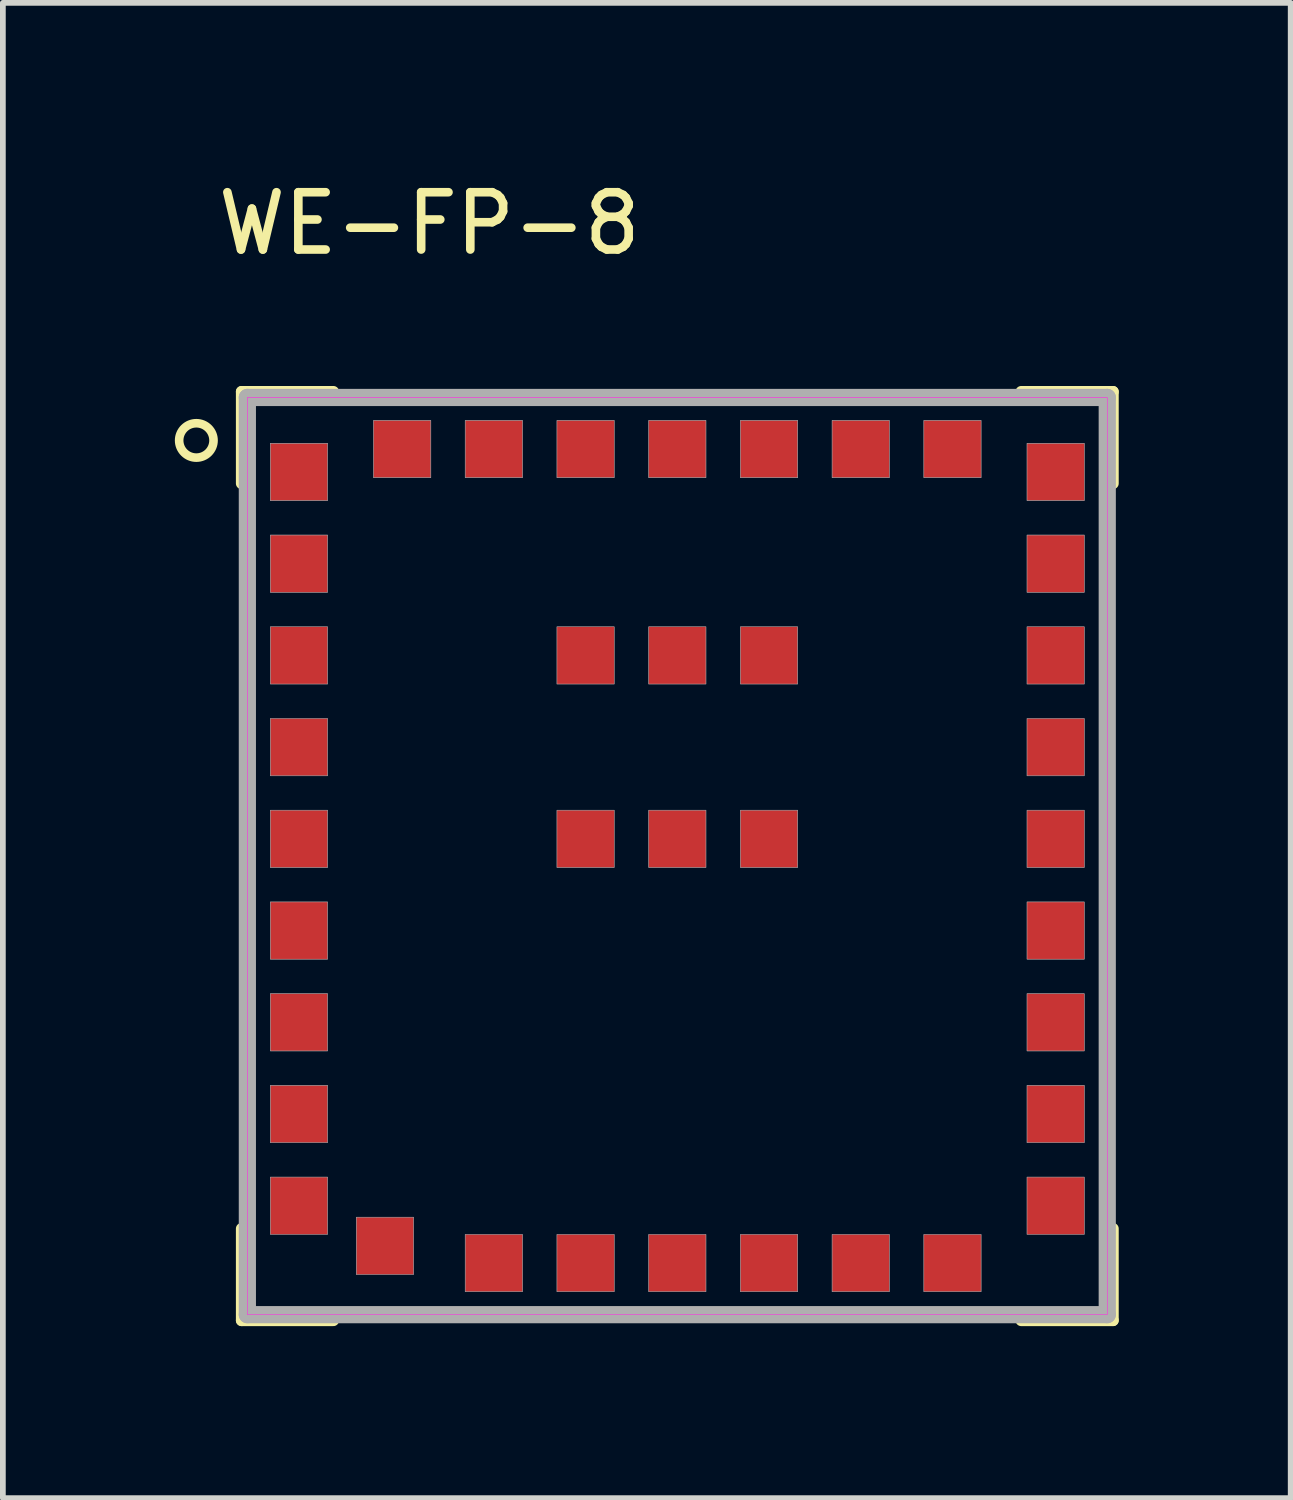
<source format=kicad_pcb>
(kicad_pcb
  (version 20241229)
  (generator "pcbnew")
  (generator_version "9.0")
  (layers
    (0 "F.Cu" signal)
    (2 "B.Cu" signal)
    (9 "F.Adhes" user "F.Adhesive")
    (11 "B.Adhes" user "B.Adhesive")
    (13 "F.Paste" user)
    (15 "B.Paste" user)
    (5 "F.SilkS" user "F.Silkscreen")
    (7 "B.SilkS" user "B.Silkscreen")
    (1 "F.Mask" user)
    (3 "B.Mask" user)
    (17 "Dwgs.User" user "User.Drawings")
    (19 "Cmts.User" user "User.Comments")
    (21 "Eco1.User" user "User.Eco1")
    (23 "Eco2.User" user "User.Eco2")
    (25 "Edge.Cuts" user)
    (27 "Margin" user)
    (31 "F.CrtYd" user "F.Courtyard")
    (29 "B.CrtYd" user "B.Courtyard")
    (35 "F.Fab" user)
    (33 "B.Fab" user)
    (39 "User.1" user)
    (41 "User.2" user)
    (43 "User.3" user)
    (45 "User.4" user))
  (footprint "WE-FP-8"
    (layer "F.Cu")
    (at 8.765 11.883)
    (property "Reference" "WE-FP-8" (at -4.325 -11.035 0) (layer "F.SilkS") (effects (font (size 1 1) (thickness 0.15))))
    (attr smd)
    (fp_line (start -7.6 -8.1) (end -7.6 -6.5) (stroke (width 0.2) (type solid)) (layer "F.SilkS"))
    (fp_line (start -7.6 8.1) (end -7.6 6.5) (stroke (width 0.2) (type solid)) (layer "F.SilkS"))
    (fp_line (start -6 -8.1) (end -7.6 -8.1) (stroke (width 0.2) (type solid)) (layer "F.SilkS"))
    (fp_line (start -6 8.1) (end -7.6 8.1) (stroke (width 0.2) (type solid)) (layer "F.SilkS"))
    (fp_line (start 7.6 -8.1) (end 6 -8.1) (stroke (width 0.2) (type solid)) (layer "F.SilkS"))
    (fp_line (start 7.6 -6.5) (end 7.6 -8.1) (stroke (width 0.2) (type solid)) (layer "F.SilkS"))
    (fp_line (start 7.6 6.5) (end 7.6 8.1) (stroke (width 0.2) (type solid)) (layer "F.SilkS"))
    (fp_line (start 7.6 8.1) (end 6 8.1) (stroke (width 0.2) (type solid)) (layer "F.SilkS"))
    (fp_circle (center -8.39 -7.25) (end -8.09 -7.25) (stroke (width 0.15) (type solid)) (fill no) (layer "F.SilkS"))
    (fp_poly (pts (xy 7.5 8) (xy -7.5 8) (xy -7.5 -8) (xy 7.5 -8)) (stroke (width 0.01) (type solid)) (fill no) (layer "F.CrtYd"))
    (fp_line (start -7.5 -8) (end -7.5 8) (stroke (width 0.3) (type solid)) (layer "F.Fab"))
    (fp_line (start -7.5 8) (end 7.5 8) (stroke (width 0.3) (type solid)) (layer "F.Fab"))
    (fp_line (start 7.5 -8) (end -7.5 -8) (stroke (width 0.3) (type solid)) (layer "F.Fab"))
    (fp_line (start 7.5 8) (end 7.5 -8) (stroke (width 0.3) (type solid)) (layer "F.Fab"))
    (fp_poly (pts (xy -7.1 -7.2) (xy -6.1 -7.2) (xy -6.1 -6.2) (xy -7.1 -6.2)) (stroke (width 0.01) (type solid)) (fill no) (layer "F.Fab"))
    (fp_poly (pts (xy -7.1 -5.6) (xy -6.1 -5.6) (xy -6.1 -4.6) (xy -7.1 -4.6)) (stroke (width 0.01) (type solid)) (fill no) (layer "F.Fab"))
    (fp_poly (pts (xy -7.1 -4) (xy -6.1 -4) (xy -6.1 -3) (xy -7.1 -3)) (stroke (width 0.01) (type solid)) (fill no) (layer "F.Fab"))
    (fp_poly (pts (xy -7.1 -2.4) (xy -6.1 -2.4) (xy -6.1 -1.4) (xy -7.1 -1.4)) (stroke (width 0.01) (type solid)) (fill no) (layer "F.Fab"))
    (fp_poly (pts (xy -7.1 -0.8) (xy -6.1 -0.8) (xy -6.1 0.2) (xy -7.1 0.2)) (stroke (width 0.01) (type solid)) (fill no) (layer "F.Fab"))
    (fp_poly (pts (xy -7.1 0.8) (xy -6.1 0.8) (xy -6.1 1.8) (xy -7.1 1.8)) (stroke (width 0.01) (type solid)) (fill no) (layer "F.Fab"))
    (fp_poly (pts (xy -7.1 2.4) (xy -6.1 2.4) (xy -6.1 3.4) (xy -7.1 3.4)) (stroke (width 0.01) (type solid)) (fill no) (layer "F.Fab"))
    (fp_poly (pts (xy -7.1 4) (xy -6.1 4) (xy -6.1 5) (xy -7.1 5)) (stroke (width 0.01) (type solid)) (fill no) (layer "F.Fab"))
    (fp_poly (pts (xy -7.1 5.6) (xy -6.1 5.6) (xy -6.1 6.6) (xy -7.1 6.6)) (stroke (width 0.01) (type solid)) (fill no) (layer "F.Fab"))
    (fp_poly (pts (xy -5.6 6.3) (xy -4.6 6.3) (xy -4.6 7.3) (xy -5.6 7.3)) (stroke (width 0.01) (type solid)) (fill no) (layer "F.Fab"))
    (fp_poly (pts (xy -5.3 -7.6) (xy -4.3 -7.6) (xy -4.3 -6.6) (xy -5.3 -6.6)) (stroke (width 0.01) (type solid)) (fill no) (layer "F.Fab"))
    (fp_poly (pts (xy -3.7 -7.6) (xy -2.7 -7.6) (xy -2.7 -6.6) (xy -3.7 -6.6)) (stroke (width 0.01) (type solid)) (fill no) (layer "F.Fab"))
    (fp_poly (pts (xy -3.7 6.6) (xy -2.7 6.6) (xy -2.7 7.6) (xy -3.7 7.6)) (stroke (width 0.01) (type solid)) (fill no) (layer "F.Fab"))
    (fp_poly (pts (xy -2.1 -7.6) (xy -1.1 -7.6) (xy -1.1 -6.6) (xy -2.1 -6.6)) (stroke (width 0.01) (type solid)) (fill no) (layer "F.Fab"))
    (fp_poly (pts (xy -2.1 -4) (xy -1.1 -4) (xy -1.1 -3) (xy -2.1 -3)) (stroke (width 0.01) (type solid)) (fill no) (layer "F.Fab"))
    (fp_poly (pts (xy -2.1 -0.8) (xy -1.1 -0.8) (xy -1.1 0.2) (xy -2.1 0.2)) (stroke (width 0.01) (type solid)) (fill no) (layer "F.Fab"))
    (fp_poly (pts (xy -2.1 6.6) (xy -1.1 6.6) (xy -1.1 7.6) (xy -2.1 7.6)) (stroke (width 0.01) (type solid)) (fill no) (layer "F.Fab"))
    (fp_poly (pts (xy -0.5 -7.6) (xy 0.5 -7.6) (xy 0.5 -6.6) (xy -0.5 -6.6)) (stroke (width 0.01) (type solid)) (fill no) (layer "F.Fab"))
    (fp_poly (pts (xy -0.5 -4) (xy 0.5 -4) (xy 0.5 -3) (xy -0.5 -3)) (stroke (width 0.01) (type solid)) (fill no) (layer "F.Fab"))
    (fp_poly (pts (xy -0.5 -0.8) (xy 0.5 -0.8) (xy 0.5 0.2) (xy -0.5 0.2)) (stroke (width 0.01) (type solid)) (fill no) (layer "F.Fab"))
    (fp_poly (pts (xy -0.5 6.6) (xy 0.5 6.6) (xy 0.5 7.6) (xy -0.5 7.6)) (stroke (width 0.01) (type solid)) (fill no) (layer "F.Fab"))
    (fp_poly (pts (xy 1.1 -7.6) (xy 2.1 -7.6) (xy 2.1 -6.6) (xy 1.1 -6.6)) (stroke (width 0.01) (type solid)) (fill no) (layer "F.Fab"))
    (fp_poly (pts (xy 1.1 -4) (xy 2.1 -4) (xy 2.1 -3) (xy 1.1 -3)) (stroke (width 0.01) (type solid)) (fill no) (layer "F.Fab"))
    (fp_poly (pts (xy 1.1 -0.8) (xy 2.1 -0.8) (xy 2.1 0.2) (xy 1.1 0.2)) (stroke (width 0.01) (type solid)) (fill no) (layer "F.Fab"))
    (fp_poly (pts (xy 1.1 6.6) (xy 2.1 6.6) (xy 2.1 7.6) (xy 1.1 7.6)) (stroke (width 0.01) (type solid)) (fill no) (layer "F.Fab"))
    (fp_poly (pts (xy 2.7 -7.6) (xy 3.7 -7.6) (xy 3.7 -6.6) (xy 2.7 -6.6)) (stroke (width 0.01) (type solid)) (fill no) (layer "F.Fab"))
    (fp_poly (pts (xy 2.7 6.6) (xy 3.7 6.6) (xy 3.7 7.6) (xy 2.7 7.6)) (stroke (width 0.01) (type solid)) (fill no) (layer "F.Fab"))
    (fp_poly (pts (xy 4.3 -7.6) (xy 5.3 -7.6) (xy 5.3 -6.6) (xy 4.3 -6.6)) (stroke (width 0.01) (type solid)) (fill no) (layer "F.Fab"))
    (fp_poly (pts (xy 4.3 6.6) (xy 5.3 6.6) (xy 5.3 7.6) (xy 4.3 7.6)) (stroke (width 0.01) (type solid)) (fill no) (layer "F.Fab"))
    (fp_poly (pts (xy 6.1 -7.2) (xy 7.1 -7.2) (xy 7.1 -6.2) (xy 6.1 -6.2)) (stroke (width 0.01) (type solid)) (fill no) (layer "F.Fab"))
    (fp_poly (pts (xy 6.1 -5.6) (xy 7.1 -5.6) (xy 7.1 -4.6) (xy 6.1 -4.6)) (stroke (width 0.01) (type solid)) (fill no) (layer "F.Fab"))
    (fp_poly (pts (xy 6.1 -4) (xy 7.1 -4) (xy 7.1 -3) (xy 6.1 -3)) (stroke (width 0.01) (type solid)) (fill no) (layer "F.Fab"))
    (fp_poly (pts (xy 6.1 -2.4) (xy 7.1 -2.4) (xy 7.1 -1.4) (xy 6.1 -1.4)) (stroke (width 0.01) (type solid)) (fill no) (layer "F.Fab"))
    (fp_poly (pts (xy 6.1 -0.8) (xy 7.1 -0.8) (xy 7.1 0.2) (xy 6.1 0.2)) (stroke (width 0.01) (type solid)) (fill no) (layer "F.Fab"))
    (fp_poly (pts (xy 6.1 0.8) (xy 7.1 0.8) (xy 7.1 1.8) (xy 6.1 1.8)) (stroke (width 0.01) (type solid)) (fill no) (layer "F.Fab"))
    (fp_poly (pts (xy 6.1 2.4) (xy 7.1 2.4) (xy 7.1 3.4) (xy 6.1 3.4)) (stroke (width 0.01) (type solid)) (fill no) (layer "F.Fab"))
    (fp_poly (pts (xy 6.1 4) (xy 7.1 4) (xy 7.1 5) (xy 6.1 5)) (stroke (width 0.01) (type solid)) (fill no) (layer "F.Fab"))
    (fp_poly (pts (xy 6.1 5.6) (xy 7.1 5.6) (xy 7.1 6.6) (xy 6.1 6.6)) (stroke (width 0.01) (type solid)) (fill no) (layer "F.Fab"))
    (pad "1" smd rect (at -6.6 -6.7) (size 1 1) (layers "F.Cu" "F.Mask" "F.Paste"))
    (pad "2" smd rect (at -6.6 -5.1) (size 1 1) (layers "F.Cu" "F.Mask" "F.Paste"))
    (pad "3" smd rect (at -6.6 -3.5) (size 1 1) (layers "F.Cu" "F.Mask" "F.Paste"))
    (pad "4" smd rect (at -6.6 -1.9) (size 1 1) (layers "F.Cu" "F.Mask" "F.Paste"))
    (pad "5" smd rect (at -6.6 -0.3) (size 1 1) (layers "F.Cu" "F.Mask" "F.Paste"))
    (pad "6" smd rect (at -6.6 1.3) (size 1 1) (layers "F.Cu" "F.Mask" "F.Paste"))
    (pad "7" smd rect (at -6.6 2.9) (size 1 1) (layers "F.Cu" "F.Mask" "F.Paste"))
    (pad "8" smd rect (at -6.6 4.5) (size 1 1) (layers "F.Cu" "F.Mask" "F.Paste"))
    (pad "9" smd rect (at -6.6 6.1) (size 1 1) (layers "F.Cu" "F.Mask" "F.Paste"))
    (pad "10" smd rect (at -5.1 6.8) (size 1 1) (layers "F.Cu" "F.Mask" "F.Paste"))
    (pad "11" smd rect (at -3.2 7.1) (size 1 1) (layers "F.Cu" "F.Mask" "F.Paste"))
    (pad "12" smd rect (at -1.6 7.1) (size 1 1) (layers "F.Cu" "F.Mask" "F.Paste"))
    (pad "13" smd rect (at 0 7.1) (size 1 1) (layers "F.Cu" "F.Mask" "F.Paste"))
    (pad "14" smd rect (at 1.6 7.1) (size 1 1) (layers "F.Cu" "F.Mask" "F.Paste"))
    (pad "15" smd rect (at 3.2 7.1) (size 1 1) (layers "F.Cu" "F.Mask" "F.Paste"))
    (pad "16" smd rect (at 4.8 7.1) (size 1 1) (layers "F.Cu" "F.Mask" "F.Paste"))
    (pad "17" smd rect (at 6.6 6.1) (size 1 1) (layers "F.Cu" "F.Mask" "F.Paste"))
    (pad "18" smd rect (at 6.6 4.5) (size 1 1) (layers "F.Cu" "F.Mask" "F.Paste"))
    (pad "19" smd rect (at 6.6 2.9) (size 1 1) (layers "F.Cu" "F.Mask" "F.Paste"))
    (pad "20" smd rect (at 6.6 1.3) (size 1 1) (layers "F.Cu" "F.Mask" "F.Paste"))
    (pad "21" smd rect (at 6.6 -0.3) (size 1 1) (layers "F.Cu" "F.Mask" "F.Paste"))
    (pad "22" smd rect (at 6.6 -1.9) (size 1 1) (layers "F.Cu" "F.Mask" "F.Paste"))
    (pad "23" smd rect (at 6.6 -3.5) (size 1 1) (layers "F.Cu" "F.Mask" "F.Paste"))
    (pad "24" smd rect (at 6.6 -5.1) (size 1 1) (layers "F.Cu" "F.Mask" "F.Paste"))
    (pad "25" smd rect (at 6.6 -6.7) (size 1 1) (layers "F.Cu" "F.Mask" "F.Paste"))
    (pad "26" smd rect (at 4.8 -7.1) (size 1 1) (layers "F.Cu" "F.Mask" "F.Paste"))
    (pad "27" smd rect (at 3.2 -7.1) (size 1 1) (layers "F.Cu" "F.Mask" "F.Paste"))
    (pad "28" smd rect (at 1.6 -7.1) (size 1 1) (layers "F.Cu" "F.Mask" "F.Paste"))
    (pad "29" smd rect (at 0 -7.1) (size 1 1) (layers "F.Cu" "F.Mask" "F.Paste"))
    (pad "30" smd rect (at -1.6 -7.1) (size 1 1) (layers "F.Cu" "F.Mask" "F.Paste"))
    (pad "31" smd rect (at -3.2 -7.1) (size 1 1) (layers "F.Cu" "F.Mask" "F.Paste"))
    (pad "32" smd rect (at -4.8 -7.1) (size 1 1) (layers "F.Cu" "F.Mask" "F.Paste"))
    (pad "B1" smd rect (at -1.6 -3.5) (size 1 1) (layers "F.Cu" "F.Mask" "F.Paste"))
    (pad "B2" smd rect (at -1.6 -0.3) (size 1 1) (layers "F.Cu" "F.Mask" "F.Paste"))
    (pad "B3" smd rect (at 0 -0.3) (size 1 1) (layers "F.Cu" "F.Mask" "F.Paste"))
    (pad "B4" smd rect (at 1.6 -0.3) (size 1 1) (layers "F.Cu" "F.Mask" "F.Paste"))
    (pad "B5" smd rect (at 1.6 -3.5) (size 1 1) (layers "F.Cu" "F.Mask" "F.Paste"))
    (pad "B6" smd rect (at 0 -3.5) (size 1 1) (layers "F.Cu" "F.Mask" "F.Paste"))
    (zone (net_name "") (layer "F.Cu") (hatch full 0.508) (connect_pads) (min_thickness 0.01) (filled_areas_thickness no) (keepout (tracks not_allowed) (vias not_allowed) (pads not_allowed) (copperpour not_allowed) (footprints allowed)) (placement (enabled no)) (fill) (polygon (pts (xy 1.265 4.583) (xy 1.265 3.883) (xy 3.365 3.883) (xy 3.365 4.583))))
    (zone (net_name "") (layer "F.Cu") (hatch full 0.508) (connect_pads) (min_thickness 0.01) (filled_areas_thickness no) (keepout (tracks not_allowed) (vias not_allowed) (pads not_allowed) (copperpour not_allowed) (footprints allowed)) (placement (enabled no)) (fill) (polygon (pts (xy 1.265 6.183) (xy 1.265 5.783) (xy 2.765 5.783) (xy 2.765 6.183))))
    (zone (net_name "") (layer "F.Cu") (hatch full 0.508) (connect_pads) (min_thickness 0.01) (filled_areas_thickness no) (keepout (tracks not_allowed) (vias not_allowed) (pads not_allowed) (copperpour not_allowed) (footprints allowed)) (placement (enabled no)) (fill) (polygon (pts (xy 1.265 7.783) (xy 1.265 7.383) (xy 2.765 7.383) (xy 2.765 7.783))))
    (zone (net_name "") (layer "F.Cu") (hatch full 0.508) (connect_pads) (min_thickness 0.01) (filled_areas_thickness no) (keepout (tracks not_allowed) (vias not_allowed) (pads not_allowed) (copperpour not_allowed) (footprints allowed)) (placement (enabled no)) (fill) (polygon (pts (xy 1.265 9.383) (xy 1.265 8.983) (xy 2.765 8.983) (xy 2.765 9.383))))
    (zone (net_name "") (layer "F.Cu") (hatch full 0.508) (connect_pads) (min_thickness 0.01) (filled_areas_thickness no) (keepout (tracks not_allowed) (vias not_allowed) (pads not_allowed) (copperpour not_allowed) (footprints allowed)) (placement (enabled no)) (fill) (polygon (pts (xy 1.265 10.983) (xy 1.265 10.583) (xy 2.765 10.583) (xy 2.765 10.983))))
    (zone (net_name "") (layer "F.Cu") (hatch full 0.508) (connect_pads) (min_thickness 0.01) (filled_areas_thickness no) (keepout (tracks not_allowed) (vias not_allowed) (pads not_allowed) (copperpour not_allowed) (footprints allowed)) (placement (enabled no)) (fill) (polygon (pts (xy 1.265 12.583) (xy 1.265 12.183) (xy 2.765 12.183) (xy 2.765 12.583))))
    (zone (net_name "") (layer "F.Cu") (hatch full 0.508) (connect_pads) (min_thickness 0.01) (filled_areas_thickness no) (keepout (tracks not_allowed) (vias not_allowed) (pads not_allowed) (copperpour not_allowed) (footprints allowed)) (placement (enabled no)) (fill) (polygon (pts (xy 1.265 14.183) (xy 1.265 13.783) (xy 2.765 13.783) (xy 2.765 14.183))))
    (zone (net_name "") (layer "F.Cu") (hatch full 0.508) (connect_pads) (min_thickness 0.01) (filled_areas_thickness no) (keepout (tracks not_allowed) (vias not_allowed) (pads not_allowed) (copperpour not_allowed) (footprints allowed)) (placement (enabled no)) (fill) (polygon (pts (xy 1.265 15.783) (xy 1.265 15.383) (xy 2.765 15.383) (xy 2.765 15.783))))
    (zone (net_name "") (layer "F.Cu") (hatch full 0.508) (connect_pads) (min_thickness 0.01) (filled_areas_thickness no) (keepout (tracks not_allowed) (vias not_allowed) (pads not_allowed) (copperpour not_allowed) (footprints allowed)) (placement (enabled no)) (fill) (polygon (pts (xy 2.765 4.583) (xy 3.365 4.583) (xy 3.365 18.083) (xy 2.765 18.083))))
    (zone (net_name "") (layer "F.Cu") (hatch full 0.508) (connect_pads) (min_thickness 0.01) (filled_areas_thickness no) (keepout (tracks not_allowed) (vias not_allowed) (pads not_allowed) (copperpour not_allowed) (footprints allowed)) (placement (enabled no)) (fill) (polygon (pts (xy 3.365 5.683) (xy 3.365 5.383) (xy 14.165 5.383) (xy 14.165 5.683))))
    (zone (net_name "") (layer "F.Cu") (hatch full 0.508) (connect_pads) (min_thickness 0.01) (filled_areas_thickness no) (keepout (tracks not_allowed) (vias not_allowed) (pads not_allowed) (copperpour not_allowed) (footprints allowed)) (placement (enabled no)) (fill) (polygon (pts (xy 3.365 18.083) (xy 3.365 17.783) (xy 4.265 17.783) (xy 4.265 18.083))))
    (zone (net_name "") (layer "F.Cu") (hatch full 0.508) (connect_pads) (min_thickness 0.01) (filled_areas_thickness no) (keepout (tracks not_allowed) (vias not_allowed) (pads not_allowed) (copperpour not_allowed) (footprints allowed)) (placement (enabled no)) (fill) (polygon (pts (xy 4.265 18.383) (xy 4.265 18.083) (xy 14.165 18.083) (xy 14.165 18.383))))
    (zone (net_name "") (layer "F.Cu") (hatch full 0.508) (connect_pads) (min_thickness 0.01) (filled_areas_thickness no) (keepout (tracks not_allowed) (vias not_allowed) (pads not_allowed) (copperpour not_allowed) (footprints allowed)) (placement (enabled no)) (fill) (polygon (pts (xy 4.965 3.883) (xy 4.965 5.383) (xy 4.565 5.383) (xy 4.565 3.883))))
    (zone (net_name "") (layer "F.Cu") (hatch full 0.508) (connect_pads) (min_thickness 0.01) (filled_areas_thickness no) (keepout (tracks not_allowed) (vias not_allowed) (pads not_allowed) (copperpour not_allowed) (footprints allowed)) (placement (enabled no)) (fill) (polygon (pts (xy 6.565 3.883) (xy 6.565 5.383) (xy 6.165 5.383) (xy 6.165 3.883))))
    (zone (net_name "") (layer "F.Cu") (hatch full 0.508) (connect_pads) (min_thickness 0.01) (filled_areas_thickness no) (keepout (tracks not_allowed) (vias not_allowed) (pads not_allowed) (copperpour not_allowed) (footprints allowed)) (placement (enabled no)) (fill) (polygon (pts (xy 7.765 19.883) (xy 7.765 18.383) (xy 8.165 18.383) (xy 8.165 19.883))))
    (zone (net_name "") (layer "F.Cu") (hatch full 0.508) (connect_pads) (min_thickness 0.01) (filled_areas_thickness no) (keepout (tracks not_allowed) (vias not_allowed) (pads not_allowed) (copperpour not_allowed) (footprints allowed)) (placement (enabled no)) (fill) (polygon (pts (xy 8.165 3.883) (xy 8.165 5.383) (xy 7.765 5.383) (xy 7.765 3.883))))
    (zone (net_name "") (layer "F.Cu") (hatch full 0.508) (connect_pads) (min_thickness 0.01) (filled_areas_thickness no) (keepout (tracks not_allowed) (vias not_allowed) (pads not_allowed) (copperpour not_allowed) (footprints allowed)) (placement (enabled no)) (fill) (polygon (pts (xy 9.365 19.883) (xy 9.365 18.383) (xy 9.765 18.383) (xy 9.765 19.883))))
    (zone (net_name "") (layer "F.Cu") (hatch full 0.508) (connect_pads) (min_thickness 0.01) (filled_areas_thickness no) (keepout (tracks not_allowed) (vias not_allowed) (pads not_allowed) (copperpour not_allowed) (footprints allowed)) (placement (enabled no)) (fill) (polygon (pts (xy 9.765 3.883) (xy 9.765 5.383) (xy 9.365 5.383) (xy 9.365 3.883))))
    (zone (net_name "") (layer "F.Cu") (hatch full 0.508) (connect_pads) (min_thickness 0.01) (filled_areas_thickness no) (keepout (tracks not_allowed) (vias not_allowed) (pads not_allowed) (copperpour not_allowed) (footprints allowed)) (placement (enabled no)) (fill) (polygon (pts (xy 10.965 19.883) (xy 10.965 18.383) (xy 11.365 18.383) (xy 11.365 19.883))))
    (zone (net_name "") (layer "F.Cu") (hatch full 0.508) (connect_pads) (min_thickness 0.01) (filled_areas_thickness no) (keepout (tracks not_allowed) (vias not_allowed) (pads not_allowed) (copperpour not_allowed) (footprints allowed)) (placement (enabled no)) (fill) (polygon (pts (xy 11.365 3.883) (xy 11.365 5.383) (xy 10.965 5.383) (xy 10.965 3.883))))
    (zone (net_name "") (layer "F.Cu") (hatch full 0.508) (connect_pads) (min_thickness 0.01) (filled_areas_thickness no) (keepout (tracks not_allowed) (vias not_allowed) (pads not_allowed) (copperpour not_allowed) (footprints allowed)) (placement (enabled no)) (fill) (polygon (pts (xy 12.565 19.883) (xy 12.565 18.383) (xy 12.965 18.383) (xy 12.965 19.883))))
    (zone (net_name "") (layer "F.Cu") (hatch full 0.508) (connect_pads) (min_thickness 0.01) (filled_areas_thickness no) (keepout (tracks not_allowed) (vias not_allowed) (pads not_allowed) (copperpour not_allowed) (footprints allowed)) (placement (enabled no)) (fill) (polygon (pts (xy 12.965 3.883) (xy 12.965 5.383) (xy 12.565 5.383) (xy 12.565 3.883))))
    (zone (net_name "") (layer "F.Cu") (hatch full 0.508) (connect_pads) (min_thickness 0.01) (filled_areas_thickness no) (keepout (tracks not_allowed) (vias not_allowed) (pads not_allowed) (copperpour not_allowed) (footprints allowed)) (placement (enabled no)) (fill) (polygon (pts (xy 14.165 4.583) (xy 14.165 3.883) (xy 16.265 3.883) (xy 16.265 4.583))))
    (zone (net_name "") (layer "F.Cu") (hatch full 0.508) (connect_pads) (min_thickness 0.01) (filled_areas_thickness no) (keepout (tracks not_allowed) (vias not_allowed) (pads not_allowed) (copperpour not_allowed) (footprints allowed)) (placement (enabled no)) (fill) (polygon (pts (xy 14.165 4.583) (xy 14.765 4.583) (xy 14.765 18.583) (xy 14.165 18.583))))
    (zone (net_name "") (layer "F.Cu") (hatch full 0.508) (connect_pads) (min_thickness 0.01) (filled_areas_thickness no) (keepout (tracks not_allowed) (vias not_allowed) (pads not_allowed) (copperpour not_allowed) (footprints allowed)) (placement (enabled no)) (fill) (polygon (pts (xy 14.165 19.883) (xy 14.165 18.583) (xy 16.265 18.583) (xy 16.265 19.883))))
    (zone (net_name "") (layer "F.Cu") (hatch full 0.508) (connect_pads) (min_thickness 0.01) (filled_areas_thickness no) (keepout (tracks not_allowed) (vias not_allowed) (pads not_allowed) (copperpour not_allowed) (footprints allowed)) (placement (enabled no)) (fill) (polygon (pts (xy 16.265 6.183) (xy 14.765 6.183) (xy 14.765 5.783) (xy 16.265 5.783))))
    (zone (net_name "") (layer "F.Cu") (hatch full 0.508) (connect_pads) (min_thickness 0.01) (filled_areas_thickness no) (keepout (tracks not_allowed) (vias not_allowed) (pads not_allowed) (copperpour not_allowed) (footprints allowed)) (placement (enabled no)) (fill) (polygon (pts (xy 16.265 7.783) (xy 14.765 7.783) (xy 14.765 7.383) (xy 16.265 7.383))))
    (zone (net_name "") (layer "F.Cu") (hatch full 0.508) (connect_pads) (min_thickness 0.01) (filled_areas_thickness no) (keepout (tracks not_allowed) (vias not_allowed) (pads not_allowed) (copperpour not_allowed) (footprints allowed)) (placement (enabled no)) (fill) (polygon (pts (xy 16.265 9.383) (xy 14.765 9.383) (xy 14.765 8.983) (xy 16.265 8.983))))
    (zone (net_name "") (layer "F.Cu") (hatch full 0.508) (connect_pads) (min_thickness 0.01) (filled_areas_thickness no) (keepout (tracks not_allowed) (vias not_allowed) (pads not_allowed) (copperpour not_allowed) (footprints allowed)) (placement (enabled no)) (fill) (polygon (pts (xy 16.265 10.983) (xy 14.765 10.983) (xy 14.765 10.583) (xy 16.265 10.583))))
    (zone (net_name "") (layer "F.Cu") (hatch full 0.508) (connect_pads) (min_thickness 0.01) (filled_areas_thickness no) (keepout (tracks not_allowed) (vias not_allowed) (pads not_allowed) (copperpour not_allowed) (footprints allowed)) (placement (enabled no)) (fill) (polygon (pts (xy 16.265 12.583) (xy 14.765 12.583) (xy 14.765 12.183) (xy 16.265 12.183))))
    (zone (net_name "") (layer "F.Cu") (hatch full 0.508) (connect_pads) (min_thickness 0.01) (filled_areas_thickness no) (keepout (tracks not_allowed) (vias not_allowed) (pads not_allowed) (copperpour not_allowed) (footprints allowed)) (placement (enabled no)) (fill) (polygon (pts (xy 16.265 14.183) (xy 14.765 14.183) (xy 14.765 13.783) (xy 16.265 13.783))))
    (zone (net_name "") (layer "F.Cu") (hatch full 0.508) (connect_pads) (min_thickness 0.01) (filled_areas_thickness no) (keepout (tracks not_allowed) (vias not_allowed) (pads not_allowed) (copperpour not_allowed) (footprints allowed)) (placement (enabled no)) (fill) (polygon (pts (xy 16.265 15.783) (xy 14.765 15.783) (xy 14.765 15.383) (xy 16.265 15.383))))
    (zone (net_name "") (layer "F.Cu") (hatch full 0.508) (connect_pads) (min_thickness 0.01) (filled_areas_thickness no) (keepout (tracks not_allowed) (vias not_allowed) (pads not_allowed) (copperpour not_allowed) (footprints allowed)) (placement (enabled no)) (fill) (polygon (pts (xy 16.265 17.383) (xy 14.765 17.383) (xy 14.765 16.983) (xy 16.265 16.983)))))
  (gr_rect
    (start -3 -3)
    (end 19.465 23.083)
    (stroke (width 0.1) (type default))
    (fill no)
    (layer "Edge.Cuts")))
</source>
